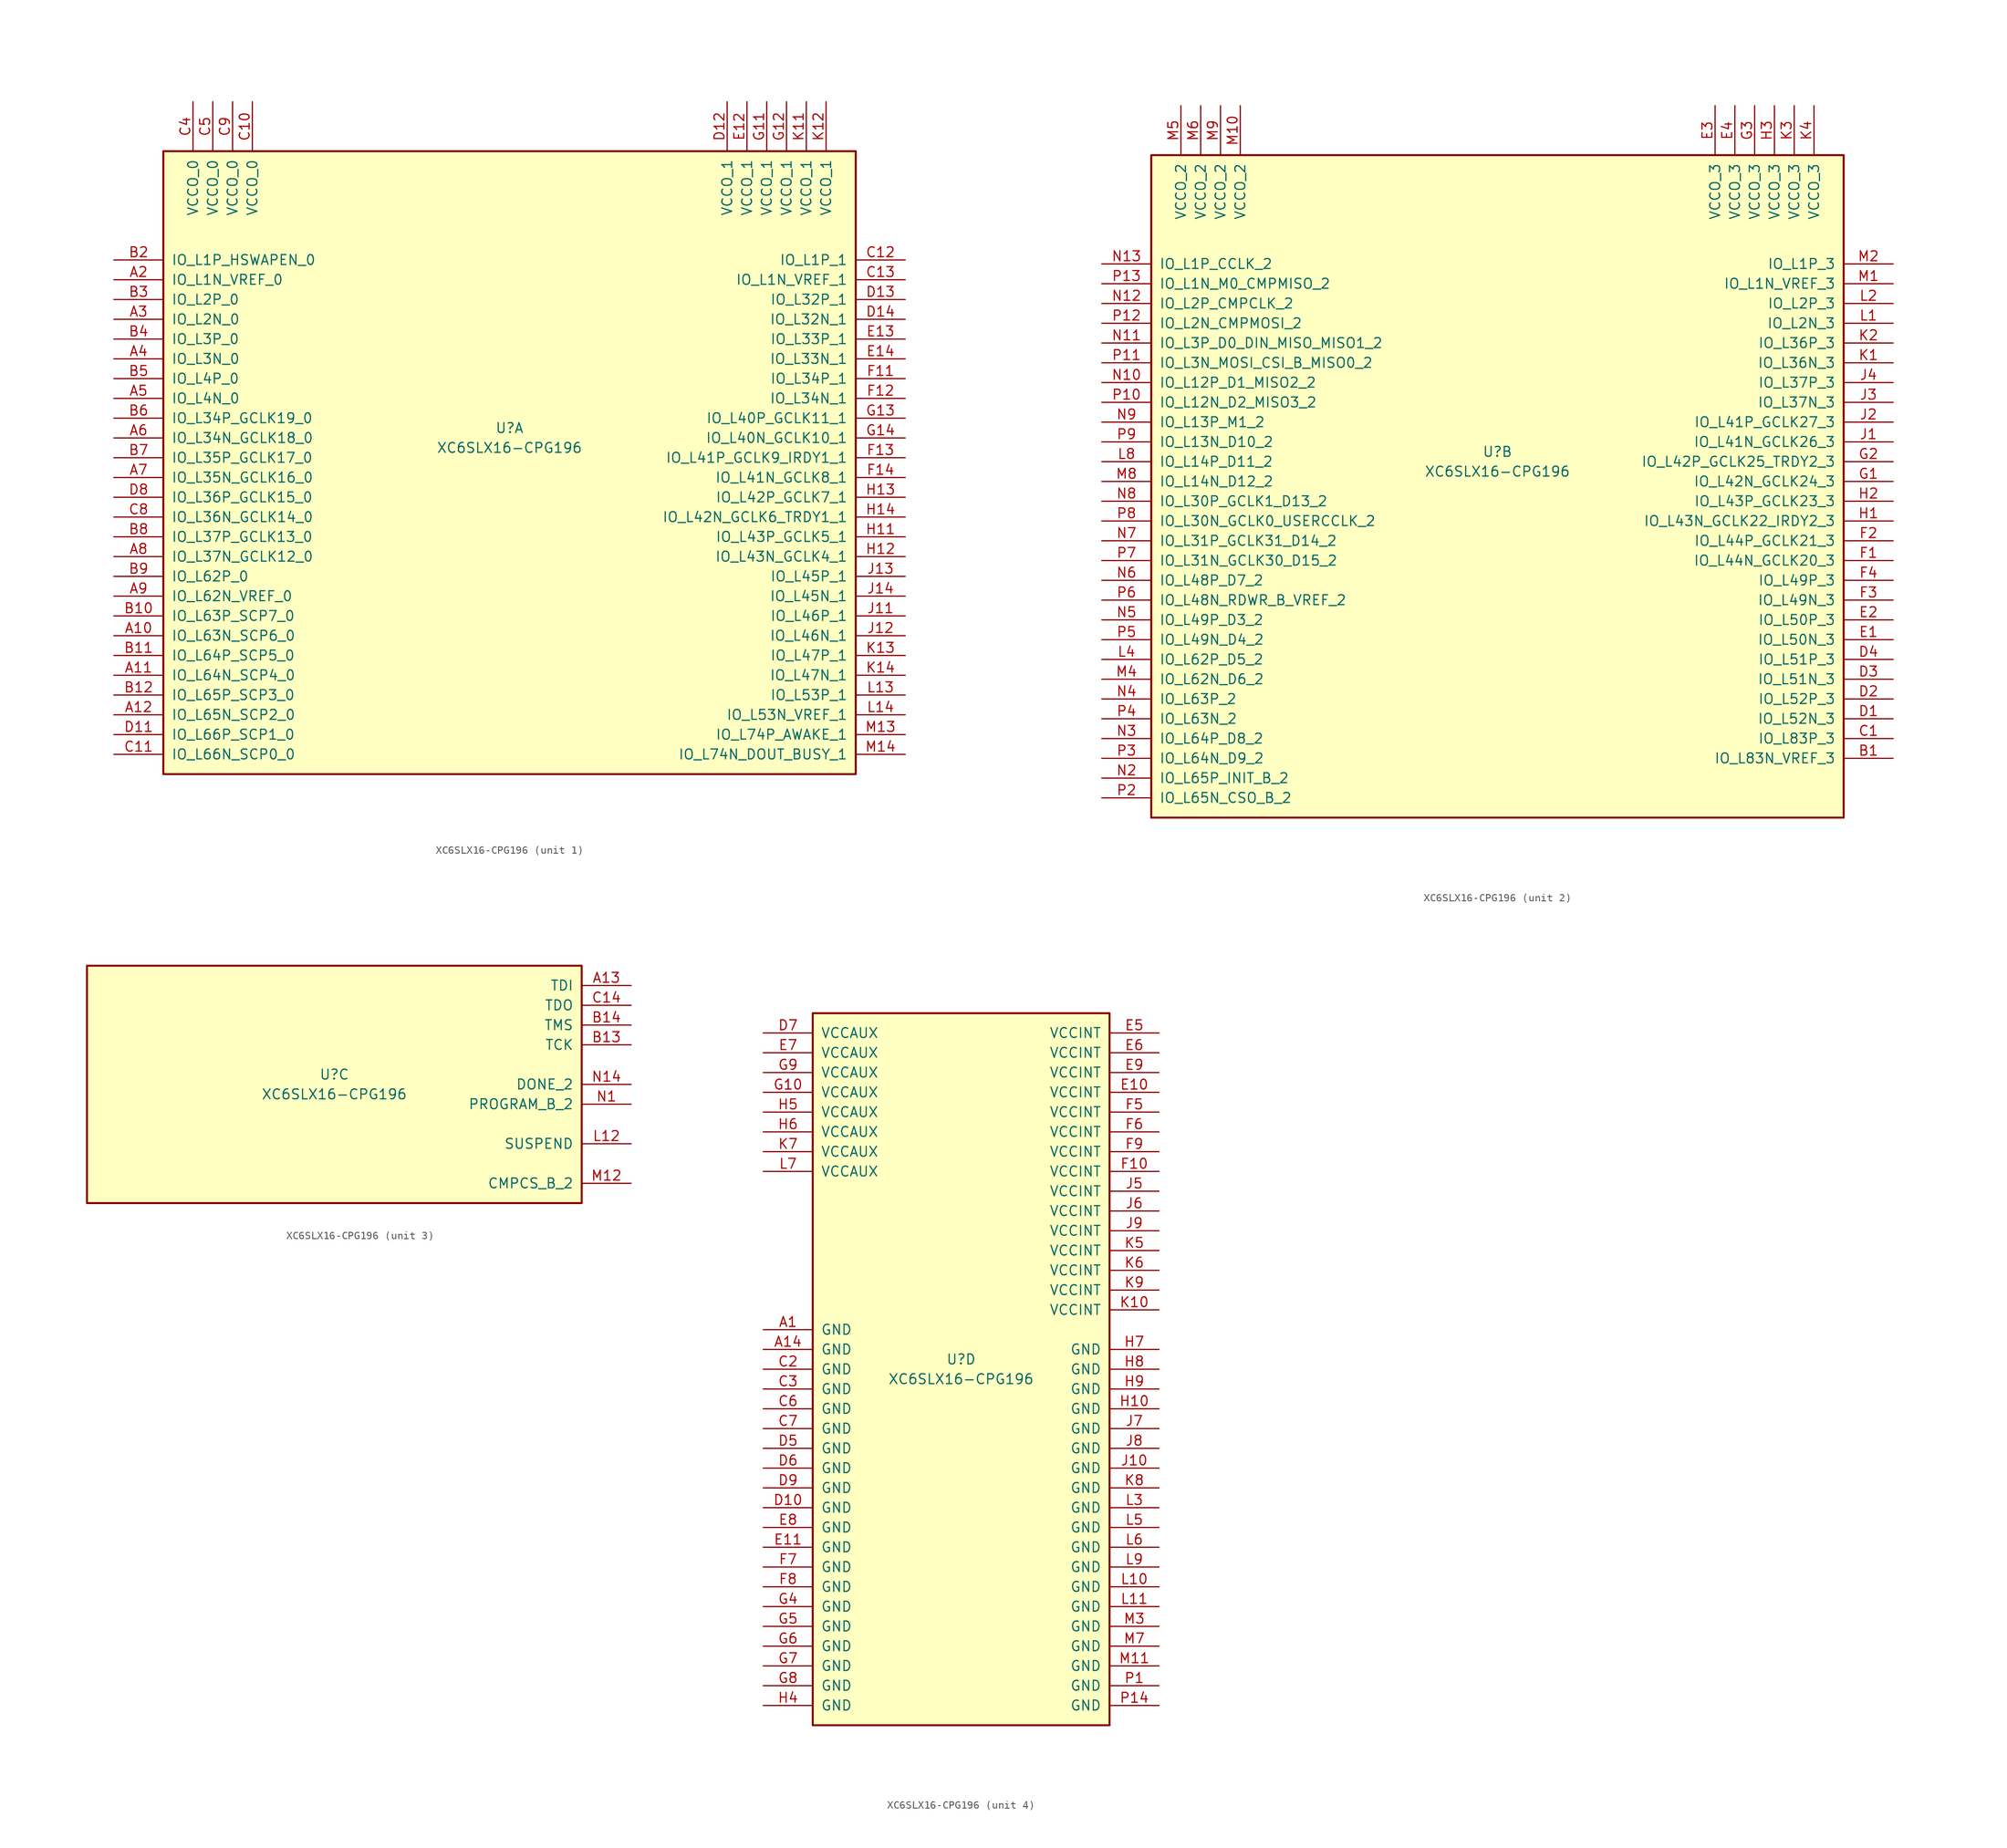
<source format=kicad_sym>
(kicad_symbol_lib
  (version 20220914)
  (generator kicad_symbol_editor)
  (symbol "XC6SLX16-CPG196"
    (pin_names
      (offset 1.016))
    (property "Reference" "U"
      (at 0 1.27 0)
      (effects (font (size 1.27 1.27))))
    (property "Value" "XC6SLX16-CPG196"
      (at 0 -1.27 0)
      (effects (font (size 1.27 1.27))))
    (property "Datasheet" ""
      (at 0 0 0)
      (effects (font (size 1.27 1.27))))
    (property "ki_locked" ""
      (at 0 0 0)
      (effects (font (size 1.27 1.27))))
    (symbol "XC6SLX16-CPG196_1_1"
      (rectangle (start -44.45 36.83) (end 44.45 -43.18) (stroke (width 0.254) (type default)) (fill (type background)))
      (pin bidirectional line (at -50.8 -25.4 0) (length 6.35) (name "IO_L63N_SCP6_0" (effects (font (size 1.27 1.27)))) (number "A10" (effects (font (size 1.27 1.27)))))
      (pin bidirectional line (at -50.8 -30.48 0) (length 6.35) (name "IO_L64N_SCP4_0" (effects (font (size 1.27 1.27)))) (number "A11" (effects (font (size 1.27 1.27)))))
      (pin bidirectional line (at -50.8 -35.56 0) (length 6.35) (name "IO_L65N_SCP2_0" (effects (font (size 1.27 1.27)))) (number "A12" (effects (font (size 1.27 1.27)))))
      (pin bidirectional line (at -50.8 20.32 0) (length 6.35) (name "IO_L1N_VREF_0" (effects (font (size 1.27 1.27)))) (number "A2" (effects (font (size 1.27 1.27)))))
      (pin bidirectional line (at -50.8 15.24 0) (length 6.35) (name "IO_L2N_0" (effects (font (size 1.27 1.27)))) (number "A3" (effects (font (size 1.27 1.27)))))
      (pin bidirectional line (at -50.8 10.16 0) (length 6.35) (name "IO_L3N_0" (effects (font (size 1.27 1.27)))) (number "A4" (effects (font (size 1.27 1.27)))))
      (pin bidirectional line (at -50.8 5.08 0) (length 6.35) (name "IO_L4N_0" (effects (font (size 1.27 1.27)))) (number "A5" (effects (font (size 1.27 1.27)))))
      (pin bidirectional line (at -50.8 0 0) (length 6.35) (name "IO_L34N_GCLK18_0" (effects (font (size 1.27 1.27)))) (number "A6" (effects (font (size 1.27 1.27)))))
      (pin bidirectional line (at -50.8 -5.08 0) (length 6.35) (name "IO_L35N_GCLK16_0" (effects (font (size 1.27 1.27)))) (number "A7" (effects (font (size 1.27 1.27)))))
      (pin bidirectional line (at -50.8 -15.24 0) (length 6.35) (name "IO_L37N_GCLK12_0" (effects (font (size 1.27 1.27)))) (number "A8" (effects (font (size 1.27 1.27)))))
      (pin bidirectional line (at -50.8 -20.32 0) (length 6.35) (name "IO_L62N_VREF_0" (effects (font (size 1.27 1.27)))) (number "A9" (effects (font (size 1.27 1.27)))))
      (pin bidirectional line (at -50.8 -22.86 0) (length 6.35) (name "IO_L63P_SCP7_0" (effects (font (size 1.27 1.27)))) (number "B10" (effects (font (size 1.27 1.27)))))
      (pin bidirectional line (at -50.8 -27.94 0) (length 6.35) (name "IO_L64P_SCP5_0" (effects (font (size 1.27 1.27)))) (number "B11" (effects (font (size 1.27 1.27)))))
      (pin bidirectional line (at -50.8 -33.02 0) (length 6.35) (name "IO_L65P_SCP3_0" (effects (font (size 1.27 1.27)))) (number "B12" (effects (font (size 1.27 1.27)))))
      (pin bidirectional line (at -50.8 22.86 0) (length 6.35) (name "IO_L1P_HSWAPEN_0" (effects (font (size 1.27 1.27)))) (number "B2" (effects (font (size 1.27 1.27)))))
      (pin bidirectional line (at -50.8 17.78 0) (length 6.35) (name "IO_L2P_0" (effects (font (size 1.27 1.27)))) (number "B3" (effects (font (size 1.27 1.27)))))
      (pin bidirectional line (at -50.8 12.7 0) (length 6.35) (name "IO_L3P_0" (effects (font (size 1.27 1.27)))) (number "B4" (effects (font (size 1.27 1.27)))))
      (pin bidirectional line (at -50.8 7.62 0) (length 6.35) (name "IO_L4P_0" (effects (font (size 1.27 1.27)))) (number "B5" (effects (font (size 1.27 1.27)))))
      (pin bidirectional line (at -50.8 2.54 0) (length 6.35) (name "IO_L34P_GCLK19_0" (effects (font (size 1.27 1.27)))) (number "B6" (effects (font (size 1.27 1.27)))))
      (pin bidirectional line (at -50.8 -2.54 0) (length 6.35) (name "IO_L35P_GCLK17_0" (effects (font (size 1.27 1.27)))) (number "B7" (effects (font (size 1.27 1.27)))))
      (pin bidirectional line (at -50.8 -12.7 0) (length 6.35) (name "IO_L37P_GCLK13_0" (effects (font (size 1.27 1.27)))) (number "B8" (effects (font (size 1.27 1.27)))))
      (pin bidirectional line (at -50.8 -17.78 0) (length 6.35) (name "IO_L62P_0" (effects (font (size 1.27 1.27)))) (number "B9" (effects (font (size 1.27 1.27)))))
      (pin power_in line (at -33.02 43.18 270) (length 6.35) (name "VCCO_0" (effects (font (size 1.27 1.27)))) (number "C10" (effects (font (size 1.27 1.27)))))
      (pin bidirectional line (at -50.8 -40.64 0) (length 6.35) (name "IO_L66N_SCP0_0" (effects (font (size 1.27 1.27)))) (number "C11" (effects (font (size 1.27 1.27)))))
      (pin bidirectional line (at 50.8 22.86 180) (length 6.35) (name "IO_L1P_1" (effects (font (size 1.27 1.27)))) (number "C12" (effects (font (size 1.27 1.27)))))
      (pin bidirectional line (at 50.8 20.32 180) (length 6.35) (name "IO_L1N_VREF_1" (effects (font (size 1.27 1.27)))) (number "C13" (effects (font (size 1.27 1.27)))))
      (pin power_in line (at -40.64 43.18 270) (length 6.35) (name "VCCO_0" (effects (font (size 1.27 1.27)))) (number "C4" (effects (font (size 1.27 1.27)))))
      (pin power_in line (at -38.1 43.18 270) (length 6.35) (name "VCCO_0" (effects (font (size 1.27 1.27)))) (number "C5" (effects (font (size 1.27 1.27)))))
      (pin bidirectional line (at -50.8 -10.16 0) (length 6.35) (name "IO_L36N_GCLK14_0" (effects (font (size 1.27 1.27)))) (number "C8" (effects (font (size 1.27 1.27)))))
      (pin power_in line (at -35.56 43.18 270) (length 6.35) (name "VCCO_0" (effects (font (size 1.27 1.27)))) (number "C9" (effects (font (size 1.27 1.27)))))
      (pin bidirectional line (at -50.8 -38.1 0) (length 6.35) (name "IO_L66P_SCP1_0" (effects (font (size 1.27 1.27)))) (number "D11" (effects (font (size 1.27 1.27)))))
      (pin power_in line (at 27.94 43.18 270) (length 6.35) (name "VCCO_1" (effects (font (size 1.27 1.27)))) (number "D12" (effects (font (size 1.27 1.27)))))
      (pin bidirectional line (at 50.8 17.78 180) (length 6.35) (name "IO_L32P_1" (effects (font (size 1.27 1.27)))) (number "D13" (effects (font (size 1.27 1.27)))))
      (pin bidirectional line (at 50.8 15.24 180) (length 6.35) (name "IO_L32N_1" (effects (font (size 1.27 1.27)))) (number "D14" (effects (font (size 1.27 1.27)))))
      (pin bidirectional line (at -50.8 -7.62 0) (length 6.35) (name "IO_L36P_GCLK15_0" (effects (font (size 1.27 1.27)))) (number "D8" (effects (font (size 1.27 1.27)))))
      (pin power_in line (at 30.48 43.18 270) (length 6.35) (name "VCCO_1" (effects (font (size 1.27 1.27)))) (number "E12" (effects (font (size 1.27 1.27)))))
      (pin bidirectional line (at 50.8 12.7 180) (length 6.35) (name "IO_L33P_1" (effects (font (size 1.27 1.27)))) (number "E13" (effects (font (size 1.27 1.27)))))
      (pin bidirectional line (at 50.8 10.16 180) (length 6.35) (name "IO_L33N_1" (effects (font (size 1.27 1.27)))) (number "E14" (effects (font (size 1.27 1.27)))))
      (pin bidirectional line (at 50.8 7.62 180) (length 6.35) (name "IO_L34P_1" (effects (font (size 1.27 1.27)))) (number "F11" (effects (font (size 1.27 1.27)))))
      (pin bidirectional line (at 50.8 5.08 180) (length 6.35) (name "IO_L34N_1" (effects (font (size 1.27 1.27)))) (number "F12" (effects (font (size 1.27 1.27)))))
      (pin bidirectional line (at 50.8 -2.54 180) (length 6.35) (name "IO_L41P_GCLK9_IRDY1_1" (effects (font (size 1.27 1.27)))) (number "F13" (effects (font (size 1.27 1.27)))))
      (pin bidirectional line (at 50.8 -5.08 180) (length 6.35) (name "IO_L41N_GCLK8_1" (effects (font (size 1.27 1.27)))) (number "F14" (effects (font (size 1.27 1.27)))))
      (pin power_in line (at 33.02 43.18 270) (length 6.35) (name "VCCO_1" (effects (font (size 1.27 1.27)))) (number "G11" (effects (font (size 1.27 1.27)))))
      (pin power_in line (at 35.56 43.18 270) (length 6.35) (name "VCCO_1" (effects (font (size 1.27 1.27)))) (number "G12" (effects (font (size 1.27 1.27)))))
      (pin bidirectional line (at 50.8 2.54 180) (length 6.35) (name "IO_L40P_GCLK11_1" (effects (font (size 1.27 1.27)))) (number "G13" (effects (font (size 1.27 1.27)))))
      (pin bidirectional line (at 50.8 0 180) (length 6.35) (name "IO_L40N_GCLK10_1" (effects (font (size 1.27 1.27)))) (number "G14" (effects (font (size 1.27 1.27)))))
      (pin bidirectional line (at 50.8 -12.7 180) (length 6.35) (name "IO_L43P_GCLK5_1" (effects (font (size 1.27 1.27)))) (number "H11" (effects (font (size 1.27 1.27)))))
      (pin bidirectional line (at 50.8 -15.24 180) (length 6.35) (name "IO_L43N_GCLK4_1" (effects (font (size 1.27 1.27)))) (number "H12" (effects (font (size 1.27 1.27)))))
      (pin bidirectional line (at 50.8 -7.62 180) (length 6.35) (name "IO_L42P_GCLK7_1" (effects (font (size 1.27 1.27)))) (number "H13" (effects (font (size 1.27 1.27)))))
      (pin bidirectional line (at 50.8 -10.16 180) (length 6.35) (name "IO_L42N_GCLK6_TRDY1_1" (effects (font (size 1.27 1.27)))) (number "H14" (effects (font (size 1.27 1.27)))))
      (pin bidirectional line (at 50.8 -22.86 180) (length 6.35) (name "IO_L46P_1" (effects (font (size 1.27 1.27)))) (number "J11" (effects (font (size 1.27 1.27)))))
      (pin bidirectional line (at 50.8 -25.4 180) (length 6.35) (name "IO_L46N_1" (effects (font (size 1.27 1.27)))) (number "J12" (effects (font (size 1.27 1.27)))))
      (pin bidirectional line (at 50.8 -17.78 180) (length 6.35) (name "IO_L45P_1" (effects (font (size 1.27 1.27)))) (number "J13" (effects (font (size 1.27 1.27)))))
      (pin bidirectional line (at 50.8 -20.32 180) (length 6.35) (name "IO_L45N_1" (effects (font (size 1.27 1.27)))) (number "J14" (effects (font (size 1.27 1.27)))))
      (pin power_in line (at 38.1 43.18 270) (length 6.35) (name "VCCO_1" (effects (font (size 1.27 1.27)))) (number "K11" (effects (font (size 1.27 1.27)))))
      (pin power_in line (at 40.64 43.18 270) (length 6.35) (name "VCCO_1" (effects (font (size 1.27 1.27)))) (number "K12" (effects (font (size 1.27 1.27)))))
      (pin bidirectional line (at 50.8 -27.94 180) (length 6.35) (name "IO_L47P_1" (effects (font (size 1.27 1.27)))) (number "K13" (effects (font (size 1.27 1.27)))))
      (pin bidirectional line (at 50.8 -30.48 180) (length 6.35) (name "IO_L47N_1" (effects (font (size 1.27 1.27)))) (number "K14" (effects (font (size 1.27 1.27)))))
      (pin bidirectional line (at 50.8 -33.02 180) (length 6.35) (name "IO_L53P_1" (effects (font (size 1.27 1.27)))) (number "L13" (effects (font (size 1.27 1.27)))))
      (pin bidirectional line (at 50.8 -35.56 180) (length 6.35) (name "IO_L53N_VREF_1" (effects (font (size 1.27 1.27)))) (number "L14" (effects (font (size 1.27 1.27)))))
      (pin bidirectional line (at 50.8 -38.1 180) (length 6.35) (name "IO_L74P_AWAKE_1" (effects (font (size 1.27 1.27)))) (number "M13" (effects (font (size 1.27 1.27)))))
      (pin bidirectional line (at 50.8 -40.64 180) (length 6.35) (name "IO_L74N_DOUT_BUSY_1" (effects (font (size 1.27 1.27)))) (number "M14" (effects (font (size 1.27 1.27))))))
    (symbol "XC6SLX16-CPG196_2_1"
      (rectangle (start -44.45 39.37) (end 44.45 -45.72) (stroke (width 0.254) (type default)) (fill (type background)))
      (pin bidirectional line (at 50.8 -38.1 180) (length 6.35) (name "IO_L83N_VREF_3" (effects (font (size 1.27 1.27)))) (number "B1" (effects (font (size 1.27 1.27)))))
      (pin bidirectional line (at 50.8 -35.56 180) (length 6.35) (name "IO_L83P_3" (effects (font (size 1.27 1.27)))) (number "C1" (effects (font (size 1.27 1.27)))))
      (pin bidirectional line (at 50.8 -33.02 180) (length 6.35) (name "IO_L52N_3" (effects (font (size 1.27 1.27)))) (number "D1" (effects (font (size 1.27 1.27)))))
      (pin bidirectional line (at 50.8 -30.48 180) (length 6.35) (name "IO_L52P_3" (effects (font (size 1.27 1.27)))) (number "D2" (effects (font (size 1.27 1.27)))))
      (pin bidirectional line (at 50.8 -27.94 180) (length 6.35) (name "IO_L51N_3" (effects (font (size 1.27 1.27)))) (number "D3" (effects (font (size 1.27 1.27)))))
      (pin bidirectional line (at 50.8 -25.4 180) (length 6.35) (name "IO_L51P_3" (effects (font (size 1.27 1.27)))) (number "D4" (effects (font (size 1.27 1.27)))))
      (pin bidirectional line (at 50.8 -22.86 180) (length 6.35) (name "IO_L50N_3" (effects (font (size 1.27 1.27)))) (number "E1" (effects (font (size 1.27 1.27)))))
      (pin bidirectional line (at 50.8 -20.32 180) (length 6.35) (name "IO_L50P_3" (effects (font (size 1.27 1.27)))) (number "E2" (effects (font (size 1.27 1.27)))))
      (pin power_in line (at 27.94 45.72 270) (length 6.35) (name "VCCO_3" (effects (font (size 1.27 1.27)))) (number "E3" (effects (font (size 1.27 1.27)))))
      (pin power_in line (at 30.48 45.72 270) (length 6.35) (name "VCCO_3" (effects (font (size 1.27 1.27)))) (number "E4" (effects (font (size 1.27 1.27)))))
      (pin bidirectional line (at 50.8 -12.7 180) (length 6.35) (name "IO_L44N_GCLK20_3" (effects (font (size 1.27 1.27)))) (number "F1" (effects (font (size 1.27 1.27)))))
      (pin bidirectional line (at 50.8 -10.16 180) (length 6.35) (name "IO_L44P_GCLK21_3" (effects (font (size 1.27 1.27)))) (number "F2" (effects (font (size 1.27 1.27)))))
      (pin bidirectional line (at 50.8 -17.78 180) (length 6.35) (name "IO_L49N_3" (effects (font (size 1.27 1.27)))) (number "F3" (effects (font (size 1.27 1.27)))))
      (pin bidirectional line (at 50.8 -15.24 180) (length 6.35) (name "IO_L49P_3" (effects (font (size 1.27 1.27)))) (number "F4" (effects (font (size 1.27 1.27)))))
      (pin bidirectional line (at 50.8 -2.54 180) (length 6.35) (name "IO_L42N_GCLK24_3" (effects (font (size 1.27 1.27)))) (number "G1" (effects (font (size 1.27 1.27)))))
      (pin bidirectional line (at 50.8 0 180) (length 6.35) (name "IO_L42P_GCLK25_TRDY2_3" (effects (font (size 1.27 1.27)))) (number "G2" (effects (font (size 1.27 1.27)))))
      (pin power_in line (at 33.02 45.72 270) (length 6.35) (name "VCCO_3" (effects (font (size 1.27 1.27)))) (number "G3" (effects (font (size 1.27 1.27)))))
      (pin bidirectional line (at 50.8 -7.62 180) (length 6.35) (name "IO_L43N_GCLK22_IRDY2_3" (effects (font (size 1.27 1.27)))) (number "H1" (effects (font (size 1.27 1.27)))))
      (pin bidirectional line (at 50.8 -5.08 180) (length 6.35) (name "IO_L43P_GCLK23_3" (effects (font (size 1.27 1.27)))) (number "H2" (effects (font (size 1.27 1.27)))))
      (pin power_in line (at 35.56 45.72 270) (length 6.35) (name "VCCO_3" (effects (font (size 1.27 1.27)))) (number "H3" (effects (font (size 1.27 1.27)))))
      (pin bidirectional line (at 50.8 2.54 180) (length 6.35) (name "IO_L41N_GCLK26_3" (effects (font (size 1.27 1.27)))) (number "J1" (effects (font (size 1.27 1.27)))))
      (pin bidirectional line (at 50.8 5.08 180) (length 6.35) (name "IO_L41P_GCLK27_3" (effects (font (size 1.27 1.27)))) (number "J2" (effects (font (size 1.27 1.27)))))
      (pin bidirectional line (at 50.8 7.62 180) (length 6.35) (name "IO_L37N_3" (effects (font (size 1.27 1.27)))) (number "J3" (effects (font (size 1.27 1.27)))))
      (pin bidirectional line (at 50.8 10.16 180) (length 6.35) (name "IO_L37P_3" (effects (font (size 1.27 1.27)))) (number "J4" (effects (font (size 1.27 1.27)))))
      (pin bidirectional line (at 50.8 12.7 180) (length 6.35) (name "IO_L36N_3" (effects (font (size 1.27 1.27)))) (number "K1" (effects (font (size 1.27 1.27)))))
      (pin bidirectional line (at 50.8 15.24 180) (length 6.35) (name "IO_L36P_3" (effects (font (size 1.27 1.27)))) (number "K2" (effects (font (size 1.27 1.27)))))
      (pin power_in line (at 38.1 45.72 270) (length 6.35) (name "VCCO_3" (effects (font (size 1.27 1.27)))) (number "K3" (effects (font (size 1.27 1.27)))))
      (pin power_in line (at 40.64 45.72 270) (length 6.35) (name "VCCO_3" (effects (font (size 1.27 1.27)))) (number "K4" (effects (font (size 1.27 1.27)))))
      (pin bidirectional line (at 50.8 17.78 180) (length 6.35) (name "IO_L2N_3" (effects (font (size 1.27 1.27)))) (number "L1" (effects (font (size 1.27 1.27)))))
      (pin bidirectional line (at 50.8 20.32 180) (length 6.35) (name "IO_L2P_3" (effects (font (size 1.27 1.27)))) (number "L2" (effects (font (size 1.27 1.27)))))
      (pin bidirectional line (at -50.8 -25.4 0) (length 6.35) (name "IO_L62P_D5_2" (effects (font (size 1.27 1.27)))) (number "L4" (effects (font (size 1.27 1.27)))))
      (pin bidirectional line (at -50.8 0 0) (length 6.35) (name "IO_L14P_D11_2" (effects (font (size 1.27 1.27)))) (number "L8" (effects (font (size 1.27 1.27)))))
      (pin bidirectional line (at 50.8 22.86 180) (length 6.35) (name "IO_L1N_VREF_3" (effects (font (size 1.27 1.27)))) (number "M1" (effects (font (size 1.27 1.27)))))
      (pin power_in line (at -33.02 45.72 270) (length 6.35) (name "VCCO_2" (effects (font (size 1.27 1.27)))) (number "M10" (effects (font (size 1.27 1.27)))))
      (pin bidirectional line (at 50.8 25.4 180) (length 6.35) (name "IO_L1P_3" (effects (font (size 1.27 1.27)))) (number "M2" (effects (font (size 1.27 1.27)))))
      (pin bidirectional line (at -50.8 -27.94 0) (length 6.35) (name "IO_L62N_D6_2" (effects (font (size 1.27 1.27)))) (number "M4" (effects (font (size 1.27 1.27)))))
      (pin power_in line (at -40.64 45.72 270) (length 6.35) (name "VCCO_2" (effects (font (size 1.27 1.27)))) (number "M5" (effects (font (size 1.27 1.27)))))
      (pin power_in line (at -38.1 45.72 270) (length 6.35) (name "VCCO_2" (effects (font (size 1.27 1.27)))) (number "M6" (effects (font (size 1.27 1.27)))))
      (pin bidirectional line (at -50.8 -2.54 0) (length 6.35) (name "IO_L14N_D12_2" (effects (font (size 1.27 1.27)))) (number "M8" (effects (font (size 1.27 1.27)))))
      (pin power_in line (at -35.56 45.72 270) (length 6.35) (name "VCCO_2" (effects (font (size 1.27 1.27)))) (number "M9" (effects (font (size 1.27 1.27)))))
      (pin bidirectional line (at -50.8 10.16 0) (length 6.35) (name "IO_L12P_D1_MISO2_2" (effects (font (size 1.27 1.27)))) (number "N10" (effects (font (size 1.27 1.27)))))
      (pin bidirectional line (at -50.8 15.24 0) (length 6.35) (name "IO_L3P_D0_DIN_MISO_MISO1_2" (effects (font (size 1.27 1.27)))) (number "N11" (effects (font (size 1.27 1.27)))))
      (pin bidirectional line (at -50.8 20.32 0) (length 6.35) (name "IO_L2P_CMPCLK_2" (effects (font (size 1.27 1.27)))) (number "N12" (effects (font (size 1.27 1.27)))))
      (pin bidirectional line (at -50.8 25.4 0) (length 6.35) (name "IO_L1P_CCLK_2" (effects (font (size 1.27 1.27)))) (number "N13" (effects (font (size 1.27 1.27)))))
      (pin bidirectional line (at -50.8 -40.64 0) (length 6.35) (name "IO_L65P_INIT_B_2" (effects (font (size 1.27 1.27)))) (number "N2" (effects (font (size 1.27 1.27)))))
      (pin bidirectional line (at -50.8 -35.56 0) (length 6.35) (name "IO_L64P_D8_2" (effects (font (size 1.27 1.27)))) (number "N3" (effects (font (size 1.27 1.27)))))
      (pin bidirectional line (at -50.8 -30.48 0) (length 6.35) (name "IO_L63P_2" (effects (font (size 1.27 1.27)))) (number "N4" (effects (font (size 1.27 1.27)))))
      (pin bidirectional line (at -50.8 -20.32 0) (length 6.35) (name "IO_L49P_D3_2" (effects (font (size 1.27 1.27)))) (number "N5" (effects (font (size 1.27 1.27)))))
      (pin bidirectional line (at -50.8 -15.24 0) (length 6.35) (name "IO_L48P_D7_2" (effects (font (size 1.27 1.27)))) (number "N6" (effects (font (size 1.27 1.27)))))
      (pin bidirectional line (at -50.8 -10.16 0) (length 6.35) (name "IO_L31P_GCLK31_D14_2" (effects (font (size 1.27 1.27)))) (number "N7" (effects (font (size 1.27 1.27)))))
      (pin bidirectional line (at -50.8 -5.08 0) (length 6.35) (name "IO_L30P_GCLK1_D13_2" (effects (font (size 1.27 1.27)))) (number "N8" (effects (font (size 1.27 1.27)))))
      (pin bidirectional line (at -50.8 5.08 0) (length 6.35) (name "IO_L13P_M1_2" (effects (font (size 1.27 1.27)))) (number "N9" (effects (font (size 1.27 1.27)))))
      (pin bidirectional line (at -50.8 7.62 0) (length 6.35) (name "IO_L12N_D2_MISO3_2" (effects (font (size 1.27 1.27)))) (number "P10" (effects (font (size 1.27 1.27)))))
      (pin bidirectional line (at -50.8 12.7 0) (length 6.35) (name "IO_L3N_MOSI_CSI_B_MISO0_2" (effects (font (size 1.27 1.27)))) (number "P11" (effects (font (size 1.27 1.27)))))
      (pin bidirectional line (at -50.8 17.78 0) (length 6.35) (name "IO_L2N_CMPMOSI_2" (effects (font (size 1.27 1.27)))) (number "P12" (effects (font (size 1.27 1.27)))))
      (pin bidirectional line (at -50.8 22.86 0) (length 6.35) (name "IO_L1N_M0_CMPMISO_2" (effects (font (size 1.27 1.27)))) (number "P13" (effects (font (size 1.27 1.27)))))
      (pin bidirectional line (at -50.8 -43.18 0) (length 6.35) (name "IO_L65N_CSO_B_2" (effects (font (size 1.27 1.27)))) (number "P2" (effects (font (size 1.27 1.27)))))
      (pin bidirectional line (at -50.8 -38.1 0) (length 6.35) (name "IO_L64N_D9_2" (effects (font (size 1.27 1.27)))) (number "P3" (effects (font (size 1.27 1.27)))))
      (pin bidirectional line (at -50.8 -33.02 0) (length 6.35) (name "IO_L63N_2" (effects (font (size 1.27 1.27)))) (number "P4" (effects (font (size 1.27 1.27)))))
      (pin bidirectional line (at -50.8 -22.86 0) (length 6.35) (name "IO_L49N_D4_2" (effects (font (size 1.27 1.27)))) (number "P5" (effects (font (size 1.27 1.27)))))
      (pin bidirectional line (at -50.8 -17.78 0) (length 6.35) (name "IO_L48N_RDWR_B_VREF_2" (effects (font (size 1.27 1.27)))) (number "P6" (effects (font (size 1.27 1.27)))))
      (pin bidirectional line (at -50.8 -12.7 0) (length 6.35) (name "IO_L31N_GCLK30_D15_2" (effects (font (size 1.27 1.27)))) (number "P7" (effects (font (size 1.27 1.27)))))
      (pin bidirectional line (at -50.8 -7.62 0) (length 6.35) (name "IO_L30N_GCLK0_USERCCLK_2" (effects (font (size 1.27 1.27)))) (number "P8" (effects (font (size 1.27 1.27)))))
      (pin bidirectional line (at -50.8 2.54 0) (length 6.35) (name "IO_L13N_D10_2" (effects (font (size 1.27 1.27)))) (number "P9" (effects (font (size 1.27 1.27))))))
    (symbol "XC6SLX16-CPG196_3_1"
      (rectangle (start -31.75 15.24) (end 31.75 -15.24) (stroke (width 0.254) (type default)) (fill (type background)))
      (pin bidirectional line (at 38.1 12.7 180) (length 6.35) (name "TDI" (effects (font (size 1.27 1.27)))) (number "A13" (effects (font (size 1.27 1.27)))))
      (pin bidirectional line (at 38.1 5.08 180) (length 6.35) (name "TCK" (effects (font (size 1.27 1.27)))) (number "B13" (effects (font (size 1.27 1.27)))))
      (pin bidirectional line (at 38.1 7.62 180) (length 6.35) (name "TMS" (effects (font (size 1.27 1.27)))) (number "B14" (effects (font (size 1.27 1.27)))))
      (pin bidirectional line (at 38.1 10.16 180) (length 6.35) (name "TDO" (effects (font (size 1.27 1.27)))) (number "C14" (effects (font (size 1.27 1.27)))))
      (pin bidirectional line (at 38.1 -7.62 180) (length 6.35) (name "SUSPEND" (effects (font (size 1.27 1.27)))) (number "L12" (effects (font (size 1.27 1.27)))))
      (pin bidirectional line (at 38.1 -12.7 180) (length 6.35) (name "CMPCS_B_2" (effects (font (size 1.27 1.27)))) (number "M12" (effects (font (size 1.27 1.27)))))
      (pin bidirectional line (at 38.1 -2.54 180) (length 6.35) (name "PROGRAM_B_2" (effects (font (size 1.27 1.27)))) (number "N1" (effects (font (size 1.27 1.27)))))
      (pin bidirectional line (at 38.1 0 180) (length 6.35) (name "DONE_2" (effects (font (size 1.27 1.27)))) (number "N14" (effects (font (size 1.27 1.27))))))
    (symbol "XC6SLX16-CPG196_4_1"
      (rectangle (start -19.05 45.72) (end 19.05 -45.72) (stroke (width 0.254) (type default)) (fill (type background)))
      (pin power_in line (at -25.4 5.08 0) (length 6.35) (name "GND" (effects (font (size 1.27 1.27)))) (number "A1" (effects (font (size 1.27 1.27)))))
      (pin power_in line (at -25.4 2.54 0) (length 6.35) (name "GND" (effects (font (size 1.27 1.27)))) (number "A14" (effects (font (size 1.27 1.27)))))
      (pin power_in line (at -25.4 0 0) (length 6.35) (name "GND" (effects (font (size 1.27 1.27)))) (number "C2" (effects (font (size 1.27 1.27)))))
      (pin power_in line (at -25.4 -2.54 0) (length 6.35) (name "GND" (effects (font (size 1.27 1.27)))) (number "C3" (effects (font (size 1.27 1.27)))))
      (pin power_in line (at -25.4 -5.08 0) (length 6.35) (name "GND" (effects (font (size 1.27 1.27)))) (number "C6" (effects (font (size 1.27 1.27)))))
      (pin power_in line (at -25.4 -7.62 0) (length 6.35) (name "GND" (effects (font (size 1.27 1.27)))) (number "C7" (effects (font (size 1.27 1.27)))))
      (pin power_in line (at -25.4 -17.78 0) (length 6.35) (name "GND" (effects (font (size 1.27 1.27)))) (number "D10" (effects (font (size 1.27 1.27)))))
      (pin power_in line (at -25.4 -10.16 0) (length 6.35) (name "GND" (effects (font (size 1.27 1.27)))) (number "D5" (effects (font (size 1.27 1.27)))))
      (pin power_in line (at -25.4 -12.7 0) (length 6.35) (name "GND" (effects (font (size 1.27 1.27)))) (number "D6" (effects (font (size 1.27 1.27)))))
      (pin power_in line (at -25.4 43.18 0) (length 6.35) (name "VCCAUX" (effects (font (size 1.27 1.27)))) (number "D7" (effects (font (size 1.27 1.27)))))
      (pin power_in line (at -25.4 -15.24 0) (length 6.35) (name "GND" (effects (font (size 1.27 1.27)))) (number "D9" (effects (font (size 1.27 1.27)))))
      (pin power_in line (at 25.4 35.56 180) (length 6.35) (name "VCCINT" (effects (font (size 1.27 1.27)))) (number "E10" (effects (font (size 1.27 1.27)))))
      (pin power_in line (at -25.4 -22.86 0) (length 6.35) (name "GND" (effects (font (size 1.27 1.27)))) (number "E11" (effects (font (size 1.27 1.27)))))
      (pin power_in line (at 25.4 43.18 180) (length 6.35) (name "VCCINT" (effects (font (size 1.27 1.27)))) (number "E5" (effects (font (size 1.27 1.27)))))
      (pin power_in line (at 25.4 40.64 180) (length 6.35) (name "VCCINT" (effects (font (size 1.27 1.27)))) (number "E6" (effects (font (size 1.27 1.27)))))
      (pin power_in line (at -25.4 40.64 0) (length 6.35) (name "VCCAUX" (effects (font (size 1.27 1.27)))) (number "E7" (effects (font (size 1.27 1.27)))))
      (pin power_in line (at -25.4 -20.32 0) (length 6.35) (name "GND" (effects (font (size 1.27 1.27)))) (number "E8" (effects (font (size 1.27 1.27)))))
      (pin power_in line (at 25.4 38.1 180) (length 6.35) (name "VCCINT" (effects (font (size 1.27 1.27)))) (number "E9" (effects (font (size 1.27 1.27)))))
      (pin power_in line (at 25.4 25.4 180) (length 6.35) (name "VCCINT" (effects (font (size 1.27 1.27)))) (number "F10" (effects (font (size 1.27 1.27)))))
      (pin power_in line (at 25.4 33.02 180) (length 6.35) (name "VCCINT" (effects (font (size 1.27 1.27)))) (number "F5" (effects (font (size 1.27 1.27)))))
      (pin power_in line (at 25.4 30.48 180) (length 6.35) (name "VCCINT" (effects (font (size 1.27 1.27)))) (number "F6" (effects (font (size 1.27 1.27)))))
      (pin power_in line (at -25.4 -25.4 0) (length 6.35) (name "GND" (effects (font (size 1.27 1.27)))) (number "F7" (effects (font (size 1.27 1.27)))))
      (pin power_in line (at -25.4 -27.94 0) (length 6.35) (name "GND" (effects (font (size 1.27 1.27)))) (number "F8" (effects (font (size 1.27 1.27)))))
      (pin power_in line (at 25.4 27.94 180) (length 6.35) (name "VCCINT" (effects (font (size 1.27 1.27)))) (number "F9" (effects (font (size 1.27 1.27)))))
      (pin power_in line (at -25.4 35.56 0) (length 6.35) (name "VCCAUX" (effects (font (size 1.27 1.27)))) (number "G10" (effects (font (size 1.27 1.27)))))
      (pin power_in line (at -25.4 -30.48 0) (length 6.35) (name "GND" (effects (font (size 1.27 1.27)))) (number "G4" (effects (font (size 1.27 1.27)))))
      (pin power_in line (at -25.4 -33.02 0) (length 6.35) (name "GND" (effects (font (size 1.27 1.27)))) (number "G5" (effects (font (size 1.27 1.27)))))
      (pin power_in line (at -25.4 -35.56 0) (length 6.35) (name "GND" (effects (font (size 1.27 1.27)))) (number "G6" (effects (font (size 1.27 1.27)))))
      (pin power_in line (at -25.4 -38.1 0) (length 6.35) (name "GND" (effects (font (size 1.27 1.27)))) (number "G7" (effects (font (size 1.27 1.27)))))
      (pin power_in line (at -25.4 -40.64 0) (length 6.35) (name "GND" (effects (font (size 1.27 1.27)))) (number "G8" (effects (font (size 1.27 1.27)))))
      (pin power_in line (at -25.4 38.1 0) (length 6.35) (name "VCCAUX" (effects (font (size 1.27 1.27)))) (number "G9" (effects (font (size 1.27 1.27)))))
      (pin power_in line (at 25.4 -5.08 180) (length 6.35) (name "GND" (effects (font (size 1.27 1.27)))) (number "H10" (effects (font (size 1.27 1.27)))))
      (pin power_in line (at -25.4 -43.18 0) (length 6.35) (name "GND" (effects (font (size 1.27 1.27)))) (number "H4" (effects (font (size 1.27 1.27)))))
      (pin power_in line (at -25.4 33.02 0) (length 6.35) (name "VCCAUX" (effects (font (size 1.27 1.27)))) (number "H5" (effects (font (size 1.27 1.27)))))
      (pin power_in line (at -25.4 30.48 0) (length 6.35) (name "VCCAUX" (effects (font (size 1.27 1.27)))) (number "H6" (effects (font (size 1.27 1.27)))))
      (pin power_in line (at 25.4 2.54 180) (length 6.35) (name "GND" (effects (font (size 1.27 1.27)))) (number "H7" (effects (font (size 1.27 1.27)))))
      (pin power_in line (at 25.4 0 180) (length 6.35) (name "GND" (effects (font (size 1.27 1.27)))) (number "H8" (effects (font (size 1.27 1.27)))))
      (pin power_in line (at 25.4 -2.54 180) (length 6.35) (name "GND" (effects (font (size 1.27 1.27)))) (number "H9" (effects (font (size 1.27 1.27)))))
      (pin power_in line (at 25.4 -12.7 180) (length 6.35) (name "GND" (effects (font (size 1.27 1.27)))) (number "J10" (effects (font (size 1.27 1.27)))))
      (pin power_in line (at 25.4 22.86 180) (length 6.35) (name "VCCINT" (effects (font (size 1.27 1.27)))) (number "J5" (effects (font (size 1.27 1.27)))))
      (pin power_in line (at 25.4 20.32 180) (length 6.35) (name "VCCINT" (effects (font (size 1.27 1.27)))) (number "J6" (effects (font (size 1.27 1.27)))))
      (pin power_in line (at 25.4 -7.62 180) (length 6.35) (name "GND" (effects (font (size 1.27 1.27)))) (number "J7" (effects (font (size 1.27 1.27)))))
      (pin power_in line (at 25.4 -10.16 180) (length 6.35) (name "GND" (effects (font (size 1.27 1.27)))) (number "J8" (effects (font (size 1.27 1.27)))))
      (pin power_in line (at 25.4 17.78 180) (length 6.35) (name "VCCINT" (effects (font (size 1.27 1.27)))) (number "J9" (effects (font (size 1.27 1.27)))))
      (pin power_in line (at 25.4 7.62 180) (length 6.35) (name "VCCINT" (effects (font (size 1.27 1.27)))) (number "K10" (effects (font (size 1.27 1.27)))))
      (pin power_in line (at 25.4 15.24 180) (length 6.35) (name "VCCINT" (effects (font (size 1.27 1.27)))) (number "K5" (effects (font (size 1.27 1.27)))))
      (pin power_in line (at 25.4 12.7 180) (length 6.35) (name "VCCINT" (effects (font (size 1.27 1.27)))) (number "K6" (effects (font (size 1.27 1.27)))))
      (pin power_in line (at -25.4 27.94 0) (length 6.35) (name "VCCAUX" (effects (font (size 1.27 1.27)))) (number "K7" (effects (font (size 1.27 1.27)))))
      (pin power_in line (at 25.4 -15.24 180) (length 6.35) (name "GND" (effects (font (size 1.27 1.27)))) (number "K8" (effects (font (size 1.27 1.27)))))
      (pin power_in line (at 25.4 10.16 180) (length 6.35) (name "VCCINT" (effects (font (size 1.27 1.27)))) (number "K9" (effects (font (size 1.27 1.27)))))
      (pin power_in line (at 25.4 -27.94 180) (length 6.35) (name "GND" (effects (font (size 1.27 1.27)))) (number "L10" (effects (font (size 1.27 1.27)))))
      (pin power_in line (at 25.4 -30.48 180) (length 6.35) (name "GND" (effects (font (size 1.27 1.27)))) (number "L11" (effects (font (size 1.27 1.27)))))
      (pin power_in line (at 25.4 -17.78 180) (length 6.35) (name "GND" (effects (font (size 1.27 1.27)))) (number "L3" (effects (font (size 1.27 1.27)))))
      (pin power_in line (at 25.4 -20.32 180) (length 6.35) (name "GND" (effects (font (size 1.27 1.27)))) (number "L5" (effects (font (size 1.27 1.27)))))
      (pin power_in line (at 25.4 -22.86 180) (length 6.35) (name "GND" (effects (font (size 1.27 1.27)))) (number "L6" (effects (font (size 1.27 1.27)))))
      (pin power_in line (at -25.4 25.4 0) (length 6.35) (name "VCCAUX" (effects (font (size 1.27 1.27)))) (number "L7" (effects (font (size 1.27 1.27)))))
      (pin power_in line (at 25.4 -25.4 180) (length 6.35) (name "GND" (effects (font (size 1.27 1.27)))) (number "L9" (effects (font (size 1.27 1.27)))))
      (pin power_in line (at 25.4 -38.1 180) (length 6.35) (name "GND" (effects (font (size 1.27 1.27)))) (number "M11" (effects (font (size 1.27 1.27)))))
      (pin power_in line (at 25.4 -33.02 180) (length 6.35) (name "GND" (effects (font (size 1.27 1.27)))) (number "M3" (effects (font (size 1.27 1.27)))))
      (pin power_in line (at 25.4 -35.56 180) (length 6.35) (name "GND" (effects (font (size 1.27 1.27)))) (number "M7" (effects (font (size 1.27 1.27)))))
      (pin power_in line (at 25.4 -40.64 180) (length 6.35) (name "GND" (effects (font (size 1.27 1.27)))) (number "P1" (effects (font (size 1.27 1.27)))))
      (pin power_in line (at 25.4 -43.18 180) (length 6.35) (name "GND" (effects (font (size 1.27 1.27)))) (number "P14" (effects (font (size 1.27 1.27))))))))
</source>
